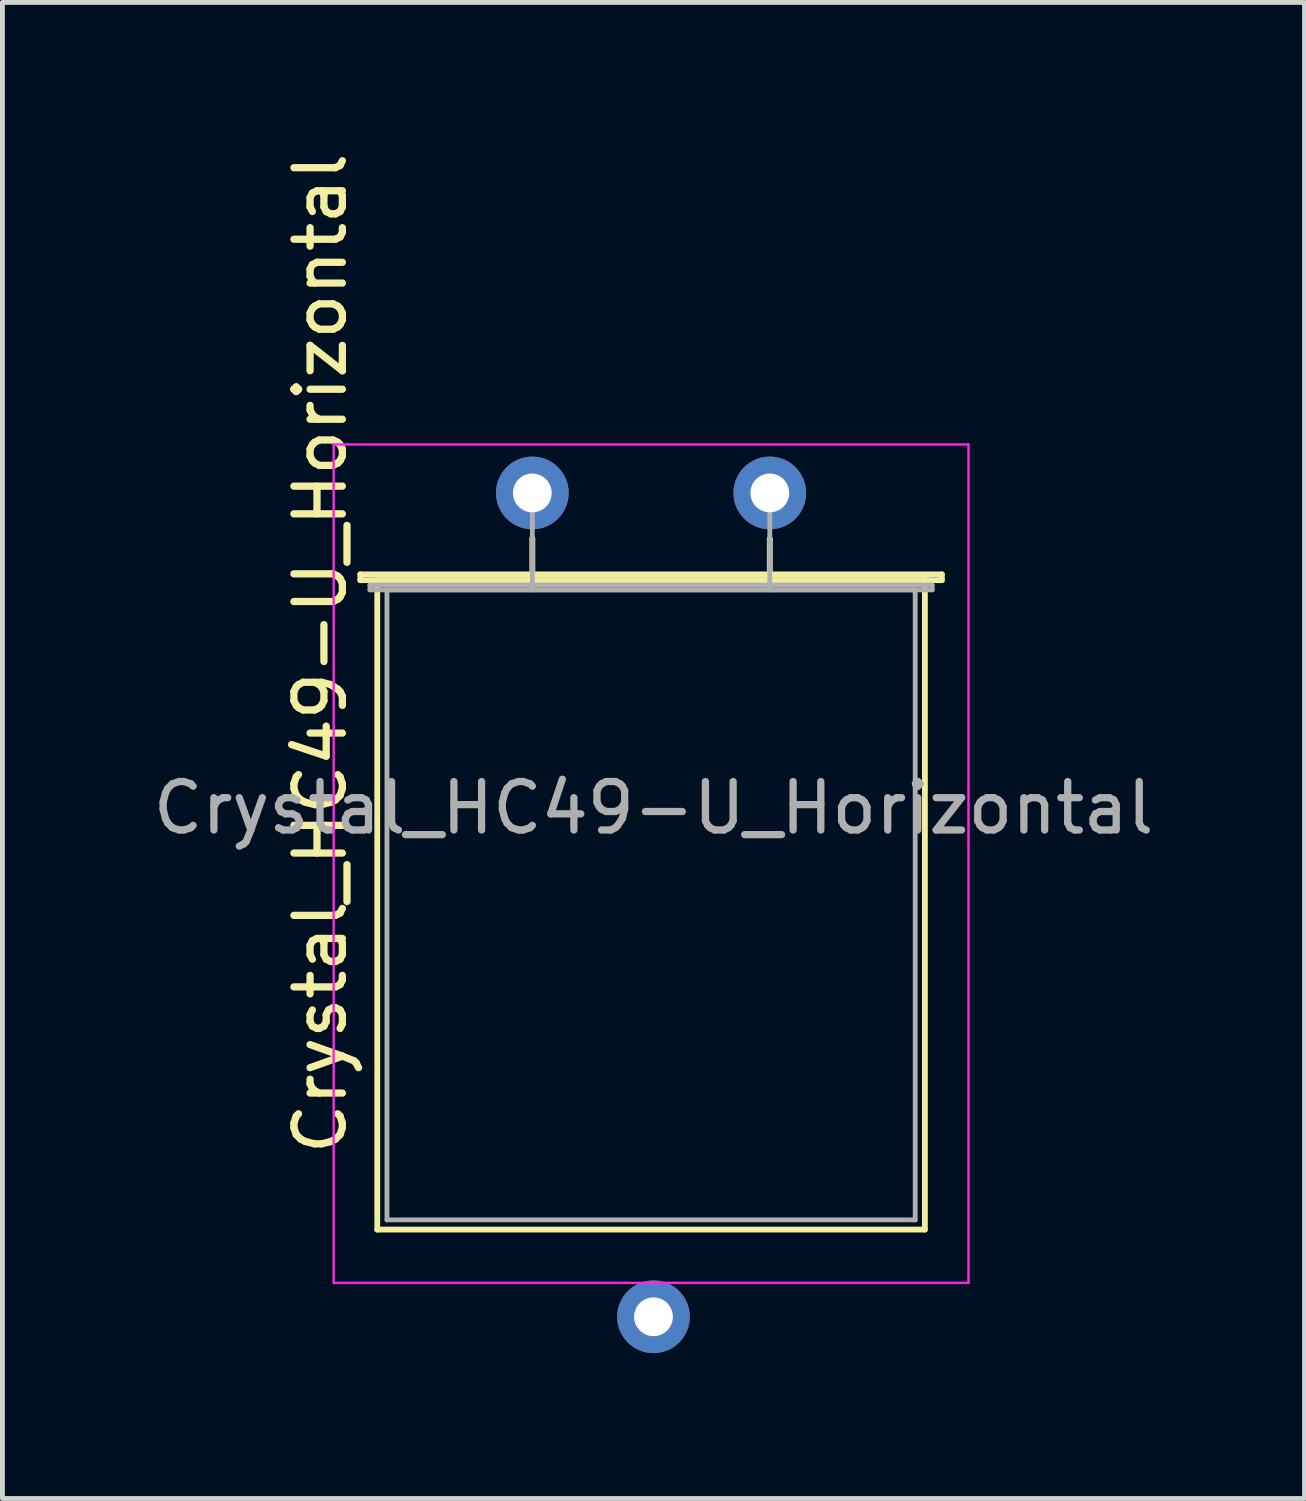
<source format=kicad_pcb>
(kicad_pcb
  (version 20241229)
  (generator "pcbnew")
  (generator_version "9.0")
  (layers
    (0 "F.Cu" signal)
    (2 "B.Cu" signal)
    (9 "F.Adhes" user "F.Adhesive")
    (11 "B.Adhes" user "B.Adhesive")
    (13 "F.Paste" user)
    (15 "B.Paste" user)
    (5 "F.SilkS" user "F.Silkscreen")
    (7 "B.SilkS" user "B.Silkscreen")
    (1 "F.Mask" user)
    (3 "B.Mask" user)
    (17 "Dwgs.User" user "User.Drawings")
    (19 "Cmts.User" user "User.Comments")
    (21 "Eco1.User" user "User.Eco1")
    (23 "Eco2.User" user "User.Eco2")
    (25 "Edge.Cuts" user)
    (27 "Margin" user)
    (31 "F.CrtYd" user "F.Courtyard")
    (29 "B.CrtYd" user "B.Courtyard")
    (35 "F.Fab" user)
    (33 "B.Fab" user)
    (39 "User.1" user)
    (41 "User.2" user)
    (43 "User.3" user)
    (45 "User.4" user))
  (footprint "Crystal_HC49-U_Horizontal"
    (layer "F.Cu")
    (at 7.935 7.122)
    (property "Reference" "Crystal_HC49-U_Horizontal" (at -4.375 3.312 90) (layer "F.SilkS") (effects (font (size 1 1) (thickness 0.15))))
    (attr through_hole)
    (fp_line (start -3.55 1.68) (end 8.45 1.68) (stroke (width 0.12) (type solid)) (layer "F.SilkS"))
    (fp_line (start -3.55 1.8) (end -3.55 1.68) (stroke (width 0.12) (type solid)) (layer "F.SilkS"))
    (fp_line (start -3.2 1.8) (end -3.2 15.2) (stroke (width 0.12) (type solid)) (layer "F.SilkS"))
    (fp_line (start -3.2 15.2) (end 8.1 15.2) (stroke (width 0.12) (type solid)) (layer "F.SilkS"))
    (fp_line (start 0 0.95) (end 0 0.95) (stroke (width 0.12) (type solid)) (layer "F.SilkS"))
    (fp_line (start 0 1.8) (end 0 0.95) (stroke (width 0.12) (type solid)) (layer "F.SilkS"))
    (fp_line (start 4.9 0.95) (end 4.9 0.95) (stroke (width 0.12) (type solid)) (layer "F.SilkS"))
    (fp_line (start 4.9 1.8) (end 4.9 0.95) (stroke (width 0.12) (type solid)) (layer "F.SilkS"))
    (fp_line (start 8.1 1.8) (end -3.2 1.8) (stroke (width 0.12) (type solid)) (layer "F.SilkS"))
    (fp_line (start 8.1 15.2) (end 8.1 1.8) (stroke (width 0.12) (type solid)) (layer "F.SilkS"))
    (fp_line (start 8.45 1.68) (end 8.45 1.8) (stroke (width 0.12) (type solid)) (layer "F.SilkS"))
    (fp_line (start 8.45 1.8) (end -3.55 1.8) (stroke (width 0.12) (type solid)) (layer "F.SilkS"))
    (fp_line (start -4.1 -1) (end -4.1 16.3) (stroke (width 0.05) (type solid)) (layer "F.CrtYd"))
    (fp_line (start -4.1 16.3) (end 9 16.3) (stroke (width 0.05) (type solid)) (layer "F.CrtYd"))
    (fp_line (start 9 -1) (end -4.1 -1) (stroke (width 0.05) (type solid)) (layer "F.CrtYd"))
    (fp_line (start 9 16.3) (end 9 -1) (stroke (width 0.05) (type solid)) (layer "F.CrtYd"))
    (fp_line (start -3.35 1.9) (end 8.25 1.9) (stroke (width 0.1) (type solid)) (layer "F.Fab"))
    (fp_line (start -3.35 2) (end -3.35 1.9) (stroke (width 0.1) (type solid)) (layer "F.Fab"))
    (fp_line (start -3 2) (end -3 15) (stroke (width 0.1) (type solid)) (layer "F.Fab"))
    (fp_line (start -3 15) (end 7.9 15) (stroke (width 0.1) (type solid)) (layer "F.Fab"))
    (fp_line (start 0 1) (end 0 0) (stroke (width 0.1) (type solid)) (layer "F.Fab"))
    (fp_line (start 0 2) (end 0 1) (stroke (width 0.1) (type solid)) (layer "F.Fab"))
    (fp_line (start 4.9 1) (end 4.9 0) (stroke (width 0.1) (type solid)) (layer "F.Fab"))
    (fp_line (start 4.9 2) (end 4.9 1) (stroke (width 0.1) (type solid)) (layer "F.Fab"))
    (fp_line (start 7.9 2) (end -3 2) (stroke (width 0.1) (type solid)) (layer "F.Fab"))
    (fp_line (start 7.9 15) (end 7.9 2) (stroke (width 0.1) (type solid)) (layer "F.Fab"))
    (fp_line (start 8.25 1.9) (end 8.25 2) (stroke (width 0.1) (type solid)) (layer "F.Fab"))
    (fp_line (start 8.25 2) (end -3.35 2) (stroke (width 0.1) (type solid)) (layer "F.Fab"))
    (fp_text user "${REFERENCE}" (at 2.5 6.5 0) (layer "F.Fab") (effects (font (size 1 1) (thickness 0.15))))
    (pad "1" thru_hole circle (at 0 0) (size 1.5 1.5) (drill 0.8) (layers "*.Cu" "*.Mask"))
    (pad "2" thru_hole circle (at 4.9 0) (size 1.5 1.5) (drill 0.8) (layers "*.Cu" "*.Mask"))
    (pad "3" thru_hole circle (at 2.5 17) (size 1.5 1.5) (drill 0.8) (layers "*.Cu" "*.Mask")))
  (gr_rect
    (start -3 -3)
    (end 23.869 27.872)
    (stroke (width 0.1) (type default))
    (fill no)
    (layer "Edge.Cuts")))
</source>
